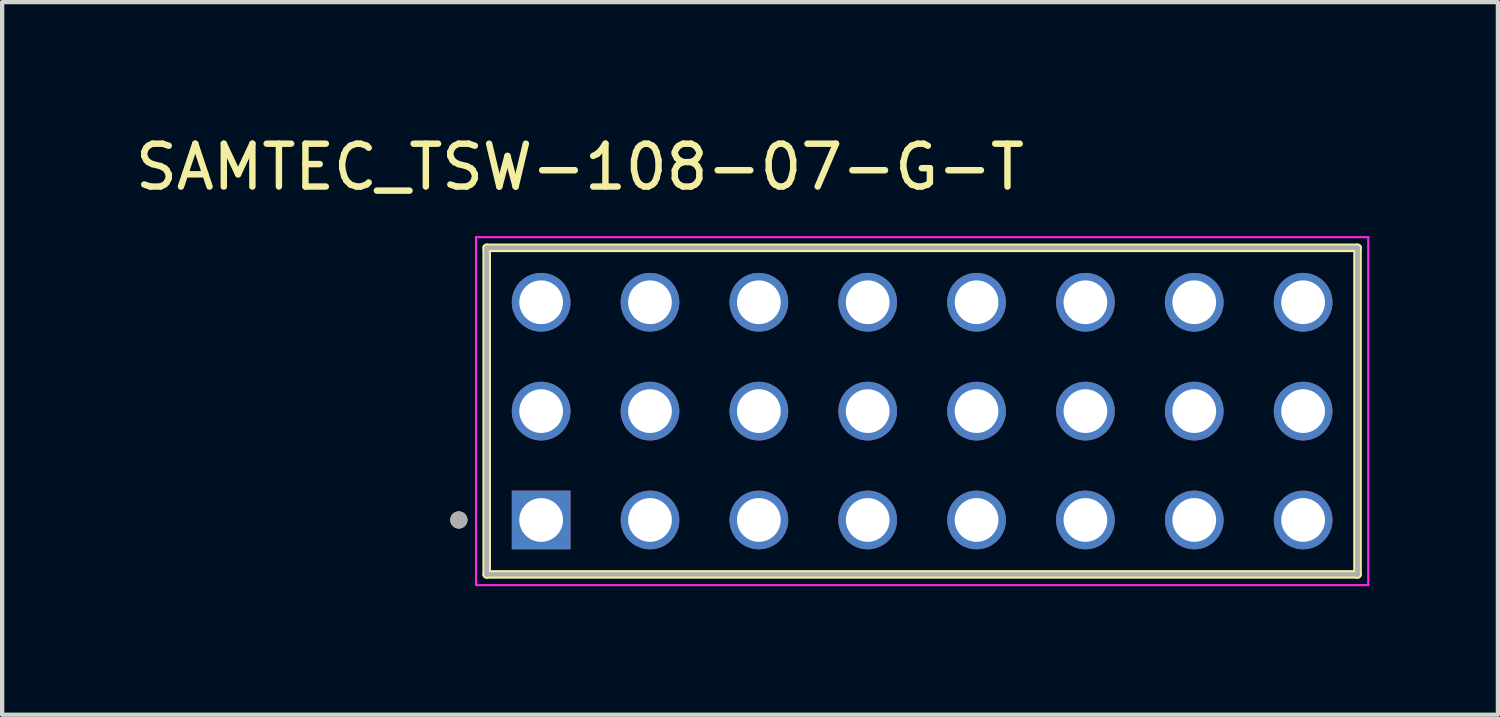
<source format=kicad_pcb>
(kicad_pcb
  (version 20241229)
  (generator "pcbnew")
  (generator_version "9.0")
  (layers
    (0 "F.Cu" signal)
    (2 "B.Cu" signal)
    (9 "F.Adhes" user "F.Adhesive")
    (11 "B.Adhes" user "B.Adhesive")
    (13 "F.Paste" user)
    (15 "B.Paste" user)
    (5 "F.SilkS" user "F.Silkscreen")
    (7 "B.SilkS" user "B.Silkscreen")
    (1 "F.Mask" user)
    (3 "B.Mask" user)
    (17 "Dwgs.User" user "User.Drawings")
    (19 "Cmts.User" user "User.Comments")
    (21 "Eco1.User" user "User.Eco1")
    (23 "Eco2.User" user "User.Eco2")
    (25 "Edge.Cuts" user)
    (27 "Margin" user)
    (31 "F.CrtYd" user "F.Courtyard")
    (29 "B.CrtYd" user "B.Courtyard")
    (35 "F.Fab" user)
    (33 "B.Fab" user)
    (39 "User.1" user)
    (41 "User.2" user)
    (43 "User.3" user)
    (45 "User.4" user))
  (footprint "SAMTEC_TSW-108-07-G-T"
    (layer "F.Cu")
    (at 18.467 6.543)
    (property "Reference" "SAMTEC_TSW-108-07-G-T" (at -7.985 -5.695 0) (layer "F.SilkS") (effects (font (size 1 1) (thickness 0.15))))
    (attr through_hole)
    (fp_line (start -10.16 3.81) (end -10.16 -3.81) (stroke (width 0.2) (type solid)) (layer "F.SilkS"))
    (fp_line (start 10.16 -3.81) (end -10.16 -3.81) (stroke (width 0.2) (type solid)) (layer "F.SilkS"))
    (fp_line (start 10.16 -3.81) (end 10.16 3.81) (stroke (width 0.2) (type solid)) (layer "F.SilkS"))
    (fp_line (start 10.16 3.81) (end -10.16 3.81) (stroke (width 0.2) (type solid)) (layer "F.SilkS"))
    (fp_circle (center -10.81 2.54) (end -10.71 2.54) (stroke (width 0.2) (type solid)) (fill no) (layer "F.SilkS"))
    (fp_line (start -10.41 -4.06) (end 10.41 -4.06) (stroke (width 0.05) (type solid)) (layer "F.CrtYd"))
    (fp_line (start -10.41 4.06) (end -10.41 -4.06) (stroke (width 0.05) (type solid)) (layer "F.CrtYd"))
    (fp_line (start 10.41 -4.06) (end 10.41 4.06) (stroke (width 0.05) (type solid)) (layer "F.CrtYd"))
    (fp_line (start 10.41 4.06) (end -10.41 4.06) (stroke (width 0.05) (type solid)) (layer "F.CrtYd"))
    (fp_line (start -10.16 -3.81) (end 10.16 -3.81) (stroke (width 0.1) (type solid)) (layer "F.Fab"))
    (fp_line (start -10.16 -3.81) (end 10.16 -3.81) (stroke (width 0.1) (type solid)) (layer "F.Fab"))
    (fp_line (start -10.16 3.81) (end -10.16 -3.81) (stroke (width 0.1) (type solid)) (layer "F.Fab"))
    (fp_line (start -10.16 3.81) (end -10.16 -3.81) (stroke (width 0.1) (type solid)) (layer "F.Fab"))
    (fp_line (start 10.16 -3.81) (end 10.16 3.81) (stroke (width 0.1) (type solid)) (layer "F.Fab"))
    (fp_line (start 10.16 -3.81) (end 10.16 3.81) (stroke (width 0.1) (type solid)) (layer "F.Fab"))
    (fp_line (start 10.16 3.81) (end -10.16 3.81) (stroke (width 0.1) (type solid)) (layer "F.Fab"))
    (fp_circle (center -10.81 2.54) (end -10.71 2.54) (stroke (width 0.2) (type solid)) (fill no) (layer "F.Fab"))
    (pad "01" thru_hole rect (at -8.89 2.54) (size 1.37 1.37) (drill 1.02) (layers "*.Cu" "*.Mask"))
    (pad "02" thru_hole circle (at -8.89 0) (size 1.37 1.37) (drill 1.02) (layers "*.Cu" "*.Mask"))
    (pad "03" thru_hole circle (at -8.89 -2.54) (size 1.37 1.37) (drill 1.02) (layers "*.Cu" "*.Mask"))
    (pad "04" thru_hole circle (at -6.35 2.54) (size 1.37 1.37) (drill 1.02) (layers "*.Cu" "*.Mask"))
    (pad "05" thru_hole circle (at -6.35 0) (size 1.37 1.37) (drill 1.02) (layers "*.Cu" "*.Mask"))
    (pad "06" thru_hole circle (at -6.35 -2.54) (size 1.37 1.37) (drill 1.02) (layers "*.Cu" "*.Mask"))
    (pad "07" thru_hole circle (at -3.81 2.54) (size 1.37 1.37) (drill 1.02) (layers "*.Cu" "*.Mask"))
    (pad "08" thru_hole circle (at -3.81 0) (size 1.37 1.37) (drill 1.02) (layers "*.Cu" "*.Mask"))
    (pad "09" thru_hole circle (at -3.81 -2.54) (size 1.37 1.37) (drill 1.02) (layers "*.Cu" "*.Mask"))
    (pad "10" thru_hole circle (at -1.27 2.54) (size 1.37 1.37) (drill 1.02) (layers "*.Cu" "*.Mask"))
    (pad "11" thru_hole circle (at -1.27 0) (size 1.37 1.37) (drill 1.02) (layers "*.Cu" "*.Mask"))
    (pad "12" thru_hole circle (at -1.27 -2.54) (size 1.37 1.37) (drill 1.02) (layers "*.Cu" "*.Mask"))
    (pad "13" thru_hole circle (at 1.27 2.54) (size 1.37 1.37) (drill 1.02) (layers "*.Cu" "*.Mask"))
    (pad "14" thru_hole circle (at 1.27 0) (size 1.37 1.37) (drill 1.02) (layers "*.Cu" "*.Mask"))
    (pad "15" thru_hole circle (at 1.27 -2.54) (size 1.37 1.37) (drill 1.02) (layers "*.Cu" "*.Mask"))
    (pad "16" thru_hole circle (at 3.81 2.54) (size 1.37 1.37) (drill 1.02) (layers "*.Cu" "*.Mask"))
    (pad "17" thru_hole circle (at 3.81 0) (size 1.37 1.37) (drill 1.02) (layers "*.Cu" "*.Mask"))
    (pad "18" thru_hole circle (at 3.81 -2.54) (size 1.37 1.37) (drill 1.02) (layers "*.Cu" "*.Mask"))
    (pad "19" thru_hole circle (at 6.35 2.54) (size 1.37 1.37) (drill 1.02) (layers "*.Cu" "*.Mask"))
    (pad "20" thru_hole circle (at 6.35 0) (size 1.37 1.37) (drill 1.02) (layers "*.Cu" "*.Mask"))
    (pad "21" thru_hole circle (at 6.35 -2.54) (size 1.37 1.37) (drill 1.02) (layers "*.Cu" "*.Mask"))
    (pad "22" thru_hole circle (at 8.89 2.54) (size 1.37 1.37) (drill 1.02) (layers "*.Cu" "*.Mask"))
    (pad "23" thru_hole circle (at 8.89 0) (size 1.37 1.37) (drill 1.02) (layers "*.Cu" "*.Mask"))
    (pad "24" thru_hole circle (at 8.89 -2.54) (size 1.37 1.37) (drill 1.02) (layers "*.Cu" "*.Mask")))
  (gr_rect
    (start -3 -3)
    (end 31.902 13.628)
    (stroke (width 0.1) (type default))
    (fill no)
    (layer "Edge.Cuts")))
</source>
